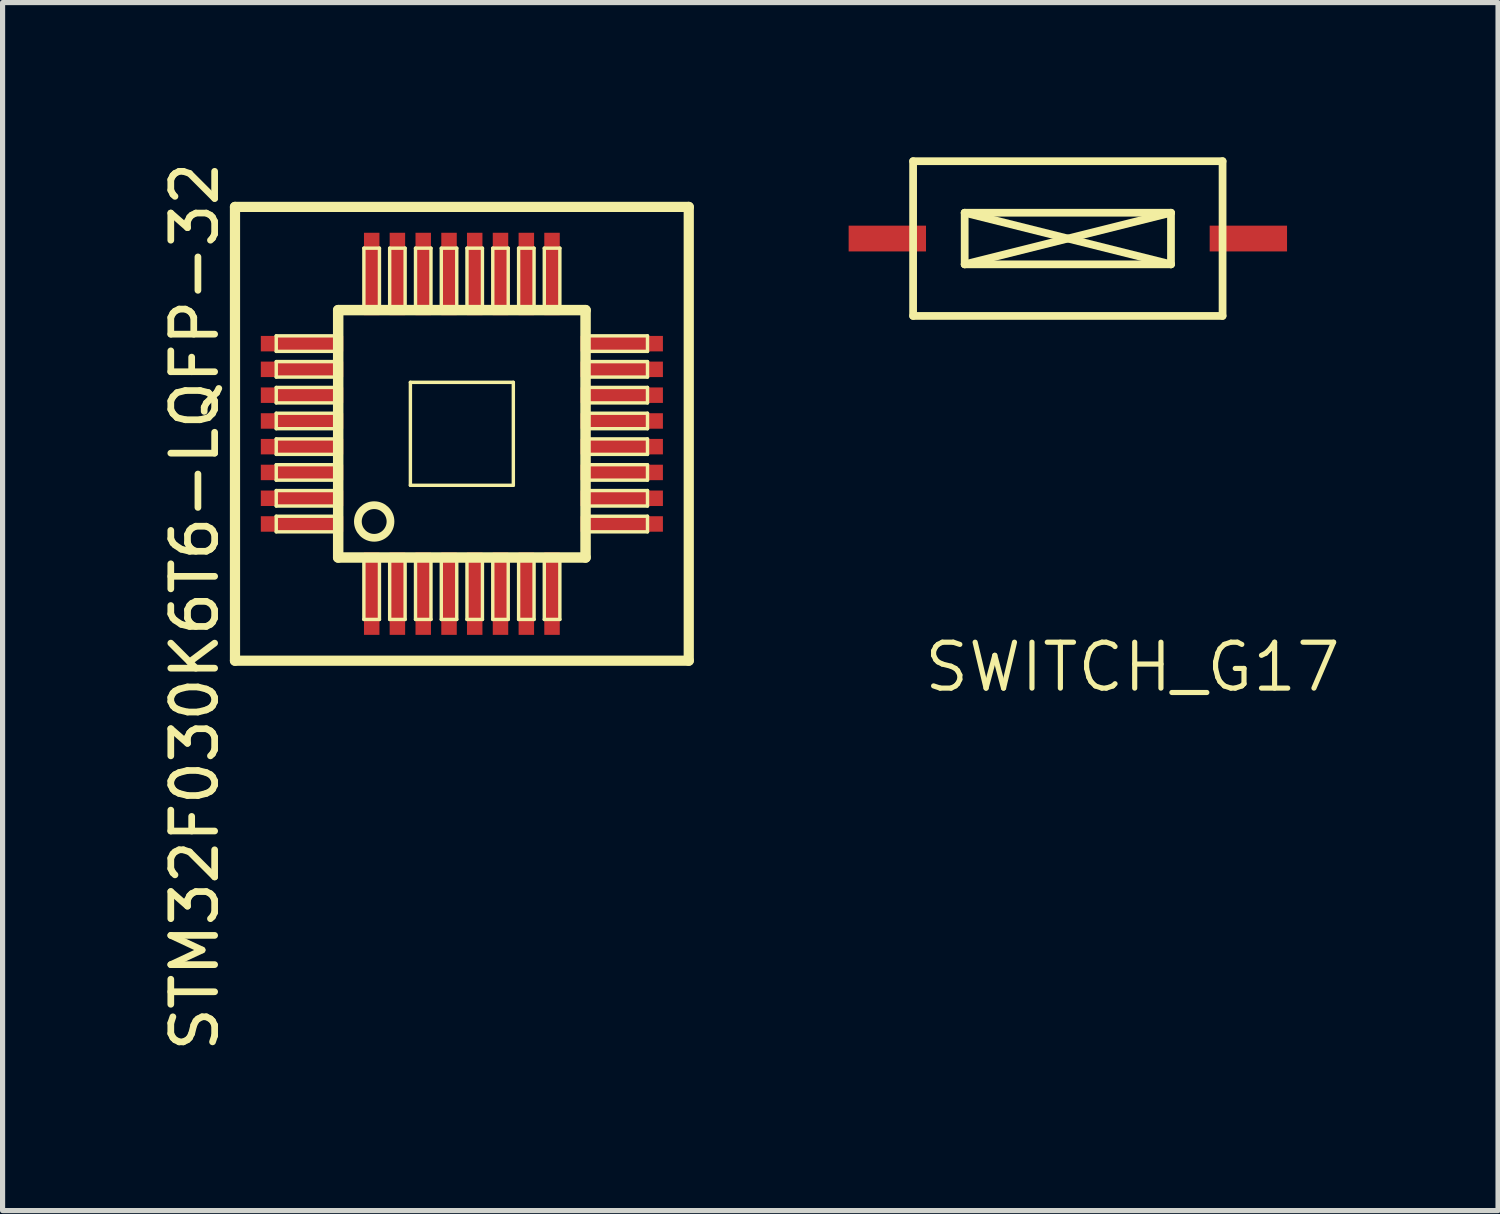
<source format=kicad_pcb>
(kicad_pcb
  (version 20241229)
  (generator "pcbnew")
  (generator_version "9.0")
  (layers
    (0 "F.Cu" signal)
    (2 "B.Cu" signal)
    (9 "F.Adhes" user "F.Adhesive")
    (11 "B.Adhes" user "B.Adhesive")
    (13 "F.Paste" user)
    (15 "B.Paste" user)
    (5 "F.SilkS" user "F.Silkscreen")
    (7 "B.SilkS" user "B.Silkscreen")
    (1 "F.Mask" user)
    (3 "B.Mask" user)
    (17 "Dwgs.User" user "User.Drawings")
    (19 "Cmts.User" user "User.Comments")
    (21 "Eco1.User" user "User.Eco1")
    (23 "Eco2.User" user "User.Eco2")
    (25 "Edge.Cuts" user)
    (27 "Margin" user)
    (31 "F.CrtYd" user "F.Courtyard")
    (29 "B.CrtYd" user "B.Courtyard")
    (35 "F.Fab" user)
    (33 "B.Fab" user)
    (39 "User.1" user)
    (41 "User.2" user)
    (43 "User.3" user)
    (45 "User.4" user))
  (footprint "STM32F030K6T6-LQFP-32"
    (layer "F.Cu")
    (at 5.905 5.361)
    (property "Reference" "STM32F030K6T6-LQFP-32" (at -5.18 3.35 90) (layer "F.SilkS") (effects (font (size 0.85 0.85) (thickness 0.13))))
    (attr smd)
    (fp_line (start -4.399 -4.399) (end 4.399 -4.399) (stroke (width 0.198) (type solid)) (layer "F.SilkS"))
    (fp_line (start -4.399 4.399) (end -4.399 -4.399) (stroke (width 0.198) (type solid)) (layer "F.SilkS"))
    (fp_line (start -3.599 -1.9) (end -2.449 -1.9) (stroke (width 0.066) (type solid)) (layer "F.SilkS"))
    (fp_line (start -3.599 -1.598) (end -3.599 -1.9) (stroke (width 0.066) (type solid)) (layer "F.SilkS"))
    (fp_line (start -3.599 -1.598) (end -2.449 -1.598) (stroke (width 0.066) (type solid)) (layer "F.SilkS"))
    (fp_line (start -3.599 -1.4) (end -2.449 -1.4) (stroke (width 0.066) (type solid)) (layer "F.SilkS"))
    (fp_line (start -3.599 -1.1) (end -3.599 -1.4) (stroke (width 0.066) (type solid)) (layer "F.SilkS"))
    (fp_line (start -3.599 -1.1) (end -2.449 -1.1) (stroke (width 0.066) (type solid)) (layer "F.SilkS"))
    (fp_line (start -3.599 -0.899) (end -2.449 -0.899) (stroke (width 0.066) (type solid)) (layer "F.SilkS"))
    (fp_line (start -3.599 -0.599) (end -3.599 -0.899) (stroke (width 0.066) (type solid)) (layer "F.SilkS"))
    (fp_line (start -3.599 -0.599) (end -2.449 -0.599) (stroke (width 0.066) (type solid)) (layer "F.SilkS"))
    (fp_line (start -3.599 -0.399) (end -2.449 -0.399) (stroke (width 0.066) (type solid)) (layer "F.SilkS"))
    (fp_line (start -3.599 -0.099) (end -3.599 -0.399) (stroke (width 0.066) (type solid)) (layer "F.SilkS"))
    (fp_line (start -3.599 -0.099) (end -2.449 -0.099) (stroke (width 0.066) (type solid)) (layer "F.SilkS"))
    (fp_line (start -3.599 0.099) (end -2.449 0.099) (stroke (width 0.066) (type solid)) (layer "F.SilkS"))
    (fp_line (start -3.599 0.399) (end -3.599 0.099) (stroke (width 0.066) (type solid)) (layer "F.SilkS"))
    (fp_line (start -3.599 0.399) (end -2.449 0.399) (stroke (width 0.066) (type solid)) (layer "F.SilkS"))
    (fp_line (start -3.599 0.599) (end -2.449 0.599) (stroke (width 0.066) (type solid)) (layer "F.SilkS"))
    (fp_line (start -3.599 0.899) (end -3.599 0.599) (stroke (width 0.066) (type solid)) (layer "F.SilkS"))
    (fp_line (start -3.599 0.899) (end -2.449 0.899) (stroke (width 0.066) (type solid)) (layer "F.SilkS"))
    (fp_line (start -3.599 1.1) (end -2.449 1.1) (stroke (width 0.066) (type solid)) (layer "F.SilkS"))
    (fp_line (start -3.599 1.4) (end -3.599 1.1) (stroke (width 0.066) (type solid)) (layer "F.SilkS"))
    (fp_line (start -3.599 1.4) (end -2.449 1.4) (stroke (width 0.066) (type solid)) (layer "F.SilkS"))
    (fp_line (start -3.599 1.598) (end -2.449 1.598) (stroke (width 0.066) (type solid)) (layer "F.SilkS"))
    (fp_line (start -3.599 1.9) (end -3.599 1.598) (stroke (width 0.066) (type solid)) (layer "F.SilkS"))
    (fp_line (start -3.599 1.9) (end -2.449 1.9) (stroke (width 0.066) (type solid)) (layer "F.SilkS"))
    (fp_line (start -2.449 -1.598) (end -2.449 -1.9) (stroke (width 0.066) (type solid)) (layer "F.SilkS"))
    (fp_line (start -2.449 -1.1) (end -2.449 -1.4) (stroke (width 0.066) (type solid)) (layer "F.SilkS"))
    (fp_line (start -2.449 -0.599) (end -2.449 -0.899) (stroke (width 0.066) (type solid)) (layer "F.SilkS"))
    (fp_line (start -2.449 -0.099) (end -2.449 -0.399) (stroke (width 0.066) (type solid)) (layer "F.SilkS"))
    (fp_line (start -2.449 0.399) (end -2.449 0.099) (stroke (width 0.066) (type solid)) (layer "F.SilkS"))
    (fp_line (start -2.449 0.899) (end -2.449 0.599) (stroke (width 0.066) (type solid)) (layer "F.SilkS"))
    (fp_line (start -2.449 1.4) (end -2.449 1.1) (stroke (width 0.066) (type solid)) (layer "F.SilkS"))
    (fp_line (start -2.449 1.9) (end -2.449 1.598) (stroke (width 0.066) (type solid)) (layer "F.SilkS"))
    (fp_line (start -2.398 -2.398) (end -2.398 2.398) (stroke (width 0.203) (type solid)) (layer "F.SilkS"))
    (fp_line (start -2.398 2.398) (end 2.398 2.398) (stroke (width 0.203) (type solid)) (layer "F.SilkS"))
    (fp_line (start -1.9 -3.599) (end -1.598 -3.599) (stroke (width 0.066) (type solid)) (layer "F.SilkS"))
    (fp_line (start -1.9 -2.449) (end -1.9 -3.599) (stroke (width 0.066) (type solid)) (layer "F.SilkS"))
    (fp_line (start -1.9 -2.449) (end -1.598 -2.449) (stroke (width 0.066) (type solid)) (layer "F.SilkS"))
    (fp_line (start -1.9 2.449) (end -1.598 2.449) (stroke (width 0.066) (type solid)) (layer "F.SilkS"))
    (fp_line (start -1.9 3.599) (end -1.9 2.449) (stroke (width 0.066) (type solid)) (layer "F.SilkS"))
    (fp_line (start -1.9 3.599) (end -1.598 3.599) (stroke (width 0.066) (type solid)) (layer "F.SilkS"))
    (fp_line (start -1.598 -2.449) (end -1.598 -3.599) (stroke (width 0.066) (type solid)) (layer "F.SilkS"))
    (fp_line (start -1.598 3.599) (end -1.598 2.449) (stroke (width 0.066) (type solid)) (layer "F.SilkS"))
    (fp_line (start -1.4 -3.599) (end -1.1 -3.599) (stroke (width 0.066) (type solid)) (layer "F.SilkS"))
    (fp_line (start -1.4 -2.449) (end -1.4 -3.599) (stroke (width 0.066) (type solid)) (layer "F.SilkS"))
    (fp_line (start -1.4 -2.449) (end -1.1 -2.449) (stroke (width 0.066) (type solid)) (layer "F.SilkS"))
    (fp_line (start -1.4 2.449) (end -1.1 2.449) (stroke (width 0.066) (type solid)) (layer "F.SilkS"))
    (fp_line (start -1.4 3.599) (end -1.4 2.449) (stroke (width 0.066) (type solid)) (layer "F.SilkS"))
    (fp_line (start -1.4 3.599) (end -1.1 3.599) (stroke (width 0.066) (type solid)) (layer "F.SilkS"))
    (fp_line (start -1.1 -2.449) (end -1.1 -3.599) (stroke (width 0.066) (type solid)) (layer "F.SilkS"))
    (fp_line (start -1.1 3.599) (end -1.1 2.449) (stroke (width 0.066) (type solid)) (layer "F.SilkS"))
    (fp_line (start -0.998 -0.998) (end 0.998 -0.998) (stroke (width 0.066) (type solid)) (layer "F.SilkS"))
    (fp_line (start -0.998 0.998) (end -0.998 -0.998) (stroke (width 0.066) (type solid)) (layer "F.SilkS"))
    (fp_line (start -0.998 0.998) (end 0.998 0.998) (stroke (width 0.066) (type solid)) (layer "F.SilkS"))
    (fp_line (start -0.899 -3.599) (end -0.599 -3.599) (stroke (width 0.066) (type solid)) (layer "F.SilkS"))
    (fp_line (start -0.899 -2.449) (end -0.899 -3.599) (stroke (width 0.066) (type solid)) (layer "F.SilkS"))
    (fp_line (start -0.899 -2.449) (end -0.599 -2.449) (stroke (width 0.066) (type solid)) (layer "F.SilkS"))
    (fp_line (start -0.899 2.449) (end -0.599 2.449) (stroke (width 0.066) (type solid)) (layer "F.SilkS"))
    (fp_line (start -0.899 3.599) (end -0.899 2.449) (stroke (width 0.066) (type solid)) (layer "F.SilkS"))
    (fp_line (start -0.899 3.599) (end -0.599 3.599) (stroke (width 0.066) (type solid)) (layer "F.SilkS"))
    (fp_line (start -0.599 -2.449) (end -0.599 -3.599) (stroke (width 0.066) (type solid)) (layer "F.SilkS"))
    (fp_line (start -0.599 3.599) (end -0.599 2.449) (stroke (width 0.066) (type solid)) (layer "F.SilkS"))
    (fp_line (start -0.399 -3.599) (end -0.099 -3.599) (stroke (width 0.066) (type solid)) (layer "F.SilkS"))
    (fp_line (start -0.399 -2.449) (end -0.399 -3.599) (stroke (width 0.066) (type solid)) (layer "F.SilkS"))
    (fp_line (start -0.399 -2.449) (end -0.099 -2.449) (stroke (width 0.066) (type solid)) (layer "F.SilkS"))
    (fp_line (start -0.399 2.449) (end -0.099 2.449) (stroke (width 0.066) (type solid)) (layer "F.SilkS"))
    (fp_line (start -0.399 3.599) (end -0.399 2.449) (stroke (width 0.066) (type solid)) (layer "F.SilkS"))
    (fp_line (start -0.399 3.599) (end -0.099 3.599) (stroke (width 0.066) (type solid)) (layer "F.SilkS"))
    (fp_line (start -0.099 -2.449) (end -0.099 -3.599) (stroke (width 0.066) (type solid)) (layer "F.SilkS"))
    (fp_line (start -0.099 3.599) (end -0.099 2.449) (stroke (width 0.066) (type solid)) (layer "F.SilkS"))
    (fp_line (start 0.099 -3.599) (end 0.399 -3.599) (stroke (width 0.066) (type solid)) (layer "F.SilkS"))
    (fp_line (start 0.099 -2.449) (end 0.099 -3.599) (stroke (width 0.066) (type solid)) (layer "F.SilkS"))
    (fp_line (start 0.099 -2.449) (end 0.399 -2.449) (stroke (width 0.066) (type solid)) (layer "F.SilkS"))
    (fp_line (start 0.099 2.449) (end 0.399 2.449) (stroke (width 0.066) (type solid)) (layer "F.SilkS"))
    (fp_line (start 0.099 3.599) (end 0.099 2.449) (stroke (width 0.066) (type solid)) (layer "F.SilkS"))
    (fp_line (start 0.099 3.599) (end 0.399 3.599) (stroke (width 0.066) (type solid)) (layer "F.SilkS"))
    (fp_line (start 0.399 -2.449) (end 0.399 -3.599) (stroke (width 0.066) (type solid)) (layer "F.SilkS"))
    (fp_line (start 0.399 3.599) (end 0.399 2.449) (stroke (width 0.066) (type solid)) (layer "F.SilkS"))
    (fp_line (start 0.599 -3.599) (end 0.899 -3.599) (stroke (width 0.066) (type solid)) (layer "F.SilkS"))
    (fp_line (start 0.599 -2.449) (end 0.599 -3.599) (stroke (width 0.066) (type solid)) (layer "F.SilkS"))
    (fp_line (start 0.599 -2.449) (end 0.899 -2.449) (stroke (width 0.066) (type solid)) (layer "F.SilkS"))
    (fp_line (start 0.599 2.449) (end 0.899 2.449) (stroke (width 0.066) (type solid)) (layer "F.SilkS"))
    (fp_line (start 0.599 3.599) (end 0.599 2.449) (stroke (width 0.066) (type solid)) (layer "F.SilkS"))
    (fp_line (start 0.599 3.599) (end 0.899 3.599) (stroke (width 0.066) (type solid)) (layer "F.SilkS"))
    (fp_line (start 0.899 -2.449) (end 0.899 -3.599) (stroke (width 0.066) (type solid)) (layer "F.SilkS"))
    (fp_line (start 0.899 3.599) (end 0.899 2.449) (stroke (width 0.066) (type solid)) (layer "F.SilkS"))
    (fp_line (start 0.998 0.998) (end 0.998 -0.998) (stroke (width 0.066) (type solid)) (layer "F.SilkS"))
    (fp_line (start 1.1 -3.599) (end 1.4 -3.599) (stroke (width 0.066) (type solid)) (layer "F.SilkS"))
    (fp_line (start 1.1 -2.449) (end 1.1 -3.599) (stroke (width 0.066) (type solid)) (layer "F.SilkS"))
    (fp_line (start 1.1 -2.449) (end 1.4 -2.449) (stroke (width 0.066) (type solid)) (layer "F.SilkS"))
    (fp_line (start 1.1 2.449) (end 1.4 2.449) (stroke (width 0.066) (type solid)) (layer "F.SilkS"))
    (fp_line (start 1.1 3.599) (end 1.1 2.449) (stroke (width 0.066) (type solid)) (layer "F.SilkS"))
    (fp_line (start 1.1 3.599) (end 1.4 3.599) (stroke (width 0.066) (type solid)) (layer "F.SilkS"))
    (fp_line (start 1.4 -2.449) (end 1.4 -3.599) (stroke (width 0.066) (type solid)) (layer "F.SilkS"))
    (fp_line (start 1.4 3.599) (end 1.4 2.449) (stroke (width 0.066) (type solid)) (layer "F.SilkS"))
    (fp_line (start 1.598 -3.599) (end 1.9 -3.599) (stroke (width 0.066) (type solid)) (layer "F.SilkS"))
    (fp_line (start 1.598 -2.449) (end 1.598 -3.599) (stroke (width 0.066) (type solid)) (layer "F.SilkS"))
    (fp_line (start 1.598 -2.449) (end 1.9 -2.449) (stroke (width 0.066) (type solid)) (layer "F.SilkS"))
    (fp_line (start 1.598 2.449) (end 1.9 2.449) (stroke (width 0.066) (type solid)) (layer "F.SilkS"))
    (fp_line (start 1.598 3.599) (end 1.598 2.449) (stroke (width 0.066) (type solid)) (layer "F.SilkS"))
    (fp_line (start 1.598 3.599) (end 1.9 3.599) (stroke (width 0.066) (type solid)) (layer "F.SilkS"))
    (fp_line (start 1.9 -2.449) (end 1.9 -3.599) (stroke (width 0.066) (type solid)) (layer "F.SilkS"))
    (fp_line (start 1.9 3.599) (end 1.9 2.449) (stroke (width 0.066) (type solid)) (layer "F.SilkS"))
    (fp_line (start 2.398 -2.398) (end -2.398 -2.398) (stroke (width 0.203) (type solid)) (layer "F.SilkS"))
    (fp_line (start 2.398 2.398) (end 2.398 -2.398) (stroke (width 0.203) (type solid)) (layer "F.SilkS"))
    (fp_line (start 2.449 -1.9) (end 3.599 -1.9) (stroke (width 0.066) (type solid)) (layer "F.SilkS"))
    (fp_line (start 2.449 -1.598) (end 2.449 -1.9) (stroke (width 0.066) (type solid)) (layer "F.SilkS"))
    (fp_line (start 2.449 -1.598) (end 3.599 -1.598) (stroke (width 0.066) (type solid)) (layer "F.SilkS"))
    (fp_line (start 2.449 -1.4) (end 3.599 -1.4) (stroke (width 0.066) (type solid)) (layer "F.SilkS"))
    (fp_line (start 2.449 -1.1) (end 2.449 -1.4) (stroke (width 0.066) (type solid)) (layer "F.SilkS"))
    (fp_line (start 2.449 -1.1) (end 3.599 -1.1) (stroke (width 0.066) (type solid)) (layer "F.SilkS"))
    (fp_line (start 2.449 -0.899) (end 3.599 -0.899) (stroke (width 0.066) (type solid)) (layer "F.SilkS"))
    (fp_line (start 2.449 -0.599) (end 2.449 -0.899) (stroke (width 0.066) (type solid)) (layer "F.SilkS"))
    (fp_line (start 2.449 -0.599) (end 3.599 -0.599) (stroke (width 0.066) (type solid)) (layer "F.SilkS"))
    (fp_line (start 2.449 -0.399) (end 3.599 -0.399) (stroke (width 0.066) (type solid)) (layer "F.SilkS"))
    (fp_line (start 2.449 -0.099) (end 2.449 -0.399) (stroke (width 0.066) (type solid)) (layer "F.SilkS"))
    (fp_line (start 2.449 -0.099) (end 3.599 -0.099) (stroke (width 0.066) (type solid)) (layer "F.SilkS"))
    (fp_line (start 2.449 0.099) (end 3.599 0.099) (stroke (width 0.066) (type solid)) (layer "F.SilkS"))
    (fp_line (start 2.449 0.399) (end 2.449 0.099) (stroke (width 0.066) (type solid)) (layer "F.SilkS"))
    (fp_line (start 2.449 0.399) (end 3.599 0.399) (stroke (width 0.066) (type solid)) (layer "F.SilkS"))
    (fp_line (start 2.449 0.599) (end 3.599 0.599) (stroke (width 0.066) (type solid)) (layer "F.SilkS"))
    (fp_line (start 2.449 0.899) (end 2.449 0.599) (stroke (width 0.066) (type solid)) (layer "F.SilkS"))
    (fp_line (start 2.449 0.899) (end 3.599 0.899) (stroke (width 0.066) (type solid)) (layer "F.SilkS"))
    (fp_line (start 2.449 1.1) (end 3.599 1.1) (stroke (width 0.066) (type solid)) (layer "F.SilkS"))
    (fp_line (start 2.449 1.4) (end 2.449 1.1) (stroke (width 0.066) (type solid)) (layer "F.SilkS"))
    (fp_line (start 2.449 1.4) (end 3.599 1.4) (stroke (width 0.066) (type solid)) (layer "F.SilkS"))
    (fp_line (start 2.449 1.598) (end 3.599 1.598) (stroke (width 0.066) (type solid)) (layer "F.SilkS"))
    (fp_line (start 2.449 1.9) (end 2.449 1.598) (stroke (width 0.066) (type solid)) (layer "F.SilkS"))
    (fp_line (start 2.449 1.9) (end 3.599 1.9) (stroke (width 0.066) (type solid)) (layer "F.SilkS"))
    (fp_line (start 3.599 -1.598) (end 3.599 -1.9) (stroke (width 0.066) (type solid)) (layer "F.SilkS"))
    (fp_line (start 3.599 -1.1) (end 3.599 -1.4) (stroke (width 0.066) (type solid)) (layer "F.SilkS"))
    (fp_line (start 3.599 -0.599) (end 3.599 -0.899) (stroke (width 0.066) (type solid)) (layer "F.SilkS"))
    (fp_line (start 3.599 -0.099) (end 3.599 -0.399) (stroke (width 0.066) (type solid)) (layer "F.SilkS"))
    (fp_line (start 3.599 0.399) (end 3.599 0.099) (stroke (width 0.066) (type solid)) (layer "F.SilkS"))
    (fp_line (start 3.599 0.899) (end 3.599 0.599) (stroke (width 0.066) (type solid)) (layer "F.SilkS"))
    (fp_line (start 3.599 1.4) (end 3.599 1.1) (stroke (width 0.066) (type solid)) (layer "F.SilkS"))
    (fp_line (start 3.599 1.9) (end 3.599 1.598) (stroke (width 0.066) (type solid)) (layer "F.SilkS"))
    (fp_line (start 4.399 -4.399) (end 4.399 4.399) (stroke (width 0.198) (type solid)) (layer "F.SilkS"))
    (fp_line (start 4.399 4.399) (end -4.399 4.399) (stroke (width 0.198) (type solid)) (layer "F.SilkS"))
    (fp_circle (center -1.7 1.7) (end -1.4 1.8) (stroke (width 0.15) (type solid)) (fill no) (layer "F.SilkS"))
    (pad "1" smd rect (at -1.748 3.099) (size 0.3 1.598) (layers "F.Cu" "F.Mask" "F.Paste"))
    (pad "2" smd rect (at -1.25 3.099) (size 0.3 1.598) (layers "F.Cu" "F.Mask" "F.Paste"))
    (pad "3" smd rect (at -0.749 3.099) (size 0.3 1.598) (layers "F.Cu" "F.Mask" "F.Paste"))
    (pad "4" smd rect (at -0.249 3.099) (size 0.3 1.598) (layers "F.Cu" "F.Mask" "F.Paste"))
    (pad "5" smd rect (at 0.249 3.099) (size 0.3 1.598) (layers "F.Cu" "F.Mask" "F.Paste"))
    (pad "6" smd rect (at 0.749 3.099) (size 0.3 1.598) (layers "F.Cu" "F.Mask" "F.Paste"))
    (pad "7" smd rect (at 1.25 3.099) (size 0.3 1.598) (layers "F.Cu" "F.Mask" "F.Paste"))
    (pad "8" smd rect (at 1.748 3.099) (size 0.3 1.598) (layers "F.Cu" "F.Mask" "F.Paste"))
    (pad "9" smd rect (at 3.099 1.748) (size 1.598 0.3) (layers "F.Cu" "F.Mask" "F.Paste"))
    (pad "10" smd rect (at 3.099 1.25) (size 1.598 0.3) (layers "F.Cu" "F.Mask" "F.Paste"))
    (pad "11" smd rect (at 3.099 0.749) (size 1.598 0.3) (layers "F.Cu" "F.Mask" "F.Paste"))
    (pad "12" smd rect (at 3.099 0.249) (size 1.598 0.3) (layers "F.Cu" "F.Mask" "F.Paste"))
    (pad "13" smd rect (at 3.099 -0.249) (size 1.598 0.3) (layers "F.Cu" "F.Mask" "F.Paste"))
    (pad "14" smd rect (at 3.099 -0.749) (size 1.598 0.3) (layers "F.Cu" "F.Mask" "F.Paste"))
    (pad "15" smd rect (at 3.099 -1.25) (size 1.598 0.3) (layers "F.Cu" "F.Mask" "F.Paste"))
    (pad "16" smd rect (at 3.099 -1.748) (size 1.598 0.3) (layers "F.Cu" "F.Mask" "F.Paste"))
    (pad "17" smd rect (at 1.748 -3.099) (size 0.3 1.598) (layers "F.Cu" "F.Mask" "F.Paste"))
    (pad "18" smd rect (at 1.25 -3.099) (size 0.3 1.598) (layers "F.Cu" "F.Mask" "F.Paste"))
    (pad "19" smd rect (at 0.749 -3.099) (size 0.3 1.598) (layers "F.Cu" "F.Mask" "F.Paste"))
    (pad "20" smd rect (at 0.249 -3.099) (size 0.3 1.598) (layers "F.Cu" "F.Mask" "F.Paste"))
    (pad "21" smd rect (at -0.249 -3.099) (size 0.3 1.598) (layers "F.Cu" "F.Mask" "F.Paste"))
    (pad "22" smd rect (at -0.749 -3.099) (size 0.3 1.598) (layers "F.Cu" "F.Mask" "F.Paste"))
    (pad "23" smd rect (at -1.25 -3.099) (size 0.3 1.598) (layers "F.Cu" "F.Mask" "F.Paste"))
    (pad "24" smd rect (at -1.748 -3.099) (size 0.3 1.598) (layers "F.Cu" "F.Mask" "F.Paste"))
    (pad "25" smd rect (at -3.099 -1.748) (size 1.598 0.3) (layers "F.Cu" "F.Mask" "F.Paste"))
    (pad "26" smd rect (at -3.099 -1.25) (size 1.598 0.3) (layers "F.Cu" "F.Mask" "F.Paste"))
    (pad "27" smd rect (at -3.099 -0.749) (size 1.598 0.3) (layers "F.Cu" "F.Mask" "F.Paste"))
    (pad "28" smd rect (at -3.099 -0.249) (size 1.598 0.3) (layers "F.Cu" "F.Mask" "F.Paste"))
    (pad "29" smd rect (at -3.099 0.249) (size 1.598 0.3) (layers "F.Cu" "F.Mask" "F.Paste"))
    (pad "30" smd rect (at -3.099 0.749) (size 1.598 0.3) (layers "F.Cu" "F.Mask" "F.Paste"))
    (pad "31" smd rect (at -3.099 1.25) (size 1.598 0.3) (layers "F.Cu" "F.Mask" "F.Paste"))
    (pad "32" smd rect (at -3.099 1.748) (size 1.598 0.3) (layers "F.Cu" "F.Mask" "F.Paste")))
  (footprint "SWITCH_G17"
    (layer "F.Cu")
    (at 18.654 2.075)
    (property "Reference" "SWITCH_G17" (at 0.254 7.81 0) (layer "F.SilkS") (effects (font (size 0.89 0.89) (thickness 0.1))))
    (attr through_hole)
    (fp_line (start -4 -2) (end 2 -2) (stroke (width 0.15) (type solid)) (layer "F.SilkS"))
    (fp_line (start -4 1) (end -4 -2) (stroke (width 0.15) (type solid)) (layer "F.SilkS"))
    (fp_line (start -3 -1) (end -3 0) (stroke (width 0.15) (type solid)) (layer "F.SilkS"))
    (fp_line (start -3 -1) (end 1 0) (stroke (width 0.15) (type solid)) (layer "F.SilkS"))
    (fp_line (start -3 0) (end 1 -1) (stroke (width 0.15) (type solid)) (layer "F.SilkS"))
    (fp_line (start -3 0) (end 1 0) (stroke (width 0.15) (type solid)) (layer "F.SilkS"))
    (fp_line (start 1 -1) (end -3 -1) (stroke (width 0.15) (type solid)) (layer "F.SilkS"))
    (fp_line (start 1 0) (end 1 -1) (stroke (width 0.15) (type solid)) (layer "F.SilkS"))
    (fp_line (start 2 -2) (end 2 1) (stroke (width 0.15) (type solid)) (layer "F.SilkS"))
    (fp_line (start 2 1) (end -4 1) (stroke (width 0.15) (type solid)) (layer "F.SilkS"))
    (pad "1" smd rect (at -4.5 -0.5) (size 1.5 0.5) (layers "F.Cu" "F.Mask" "F.Paste"))
    (pad "2" smd rect (at 2.5 -0.5) (size 1.5 0.5) (layers "F.Cu" "F.Mask" "F.Paste")))
  (gr_rect
    (start -3 -3)
    (end 25.995 20.422)
    (stroke (width 0.1) (type default))
    (fill no)
    (layer "Edge.Cuts")))
</source>
